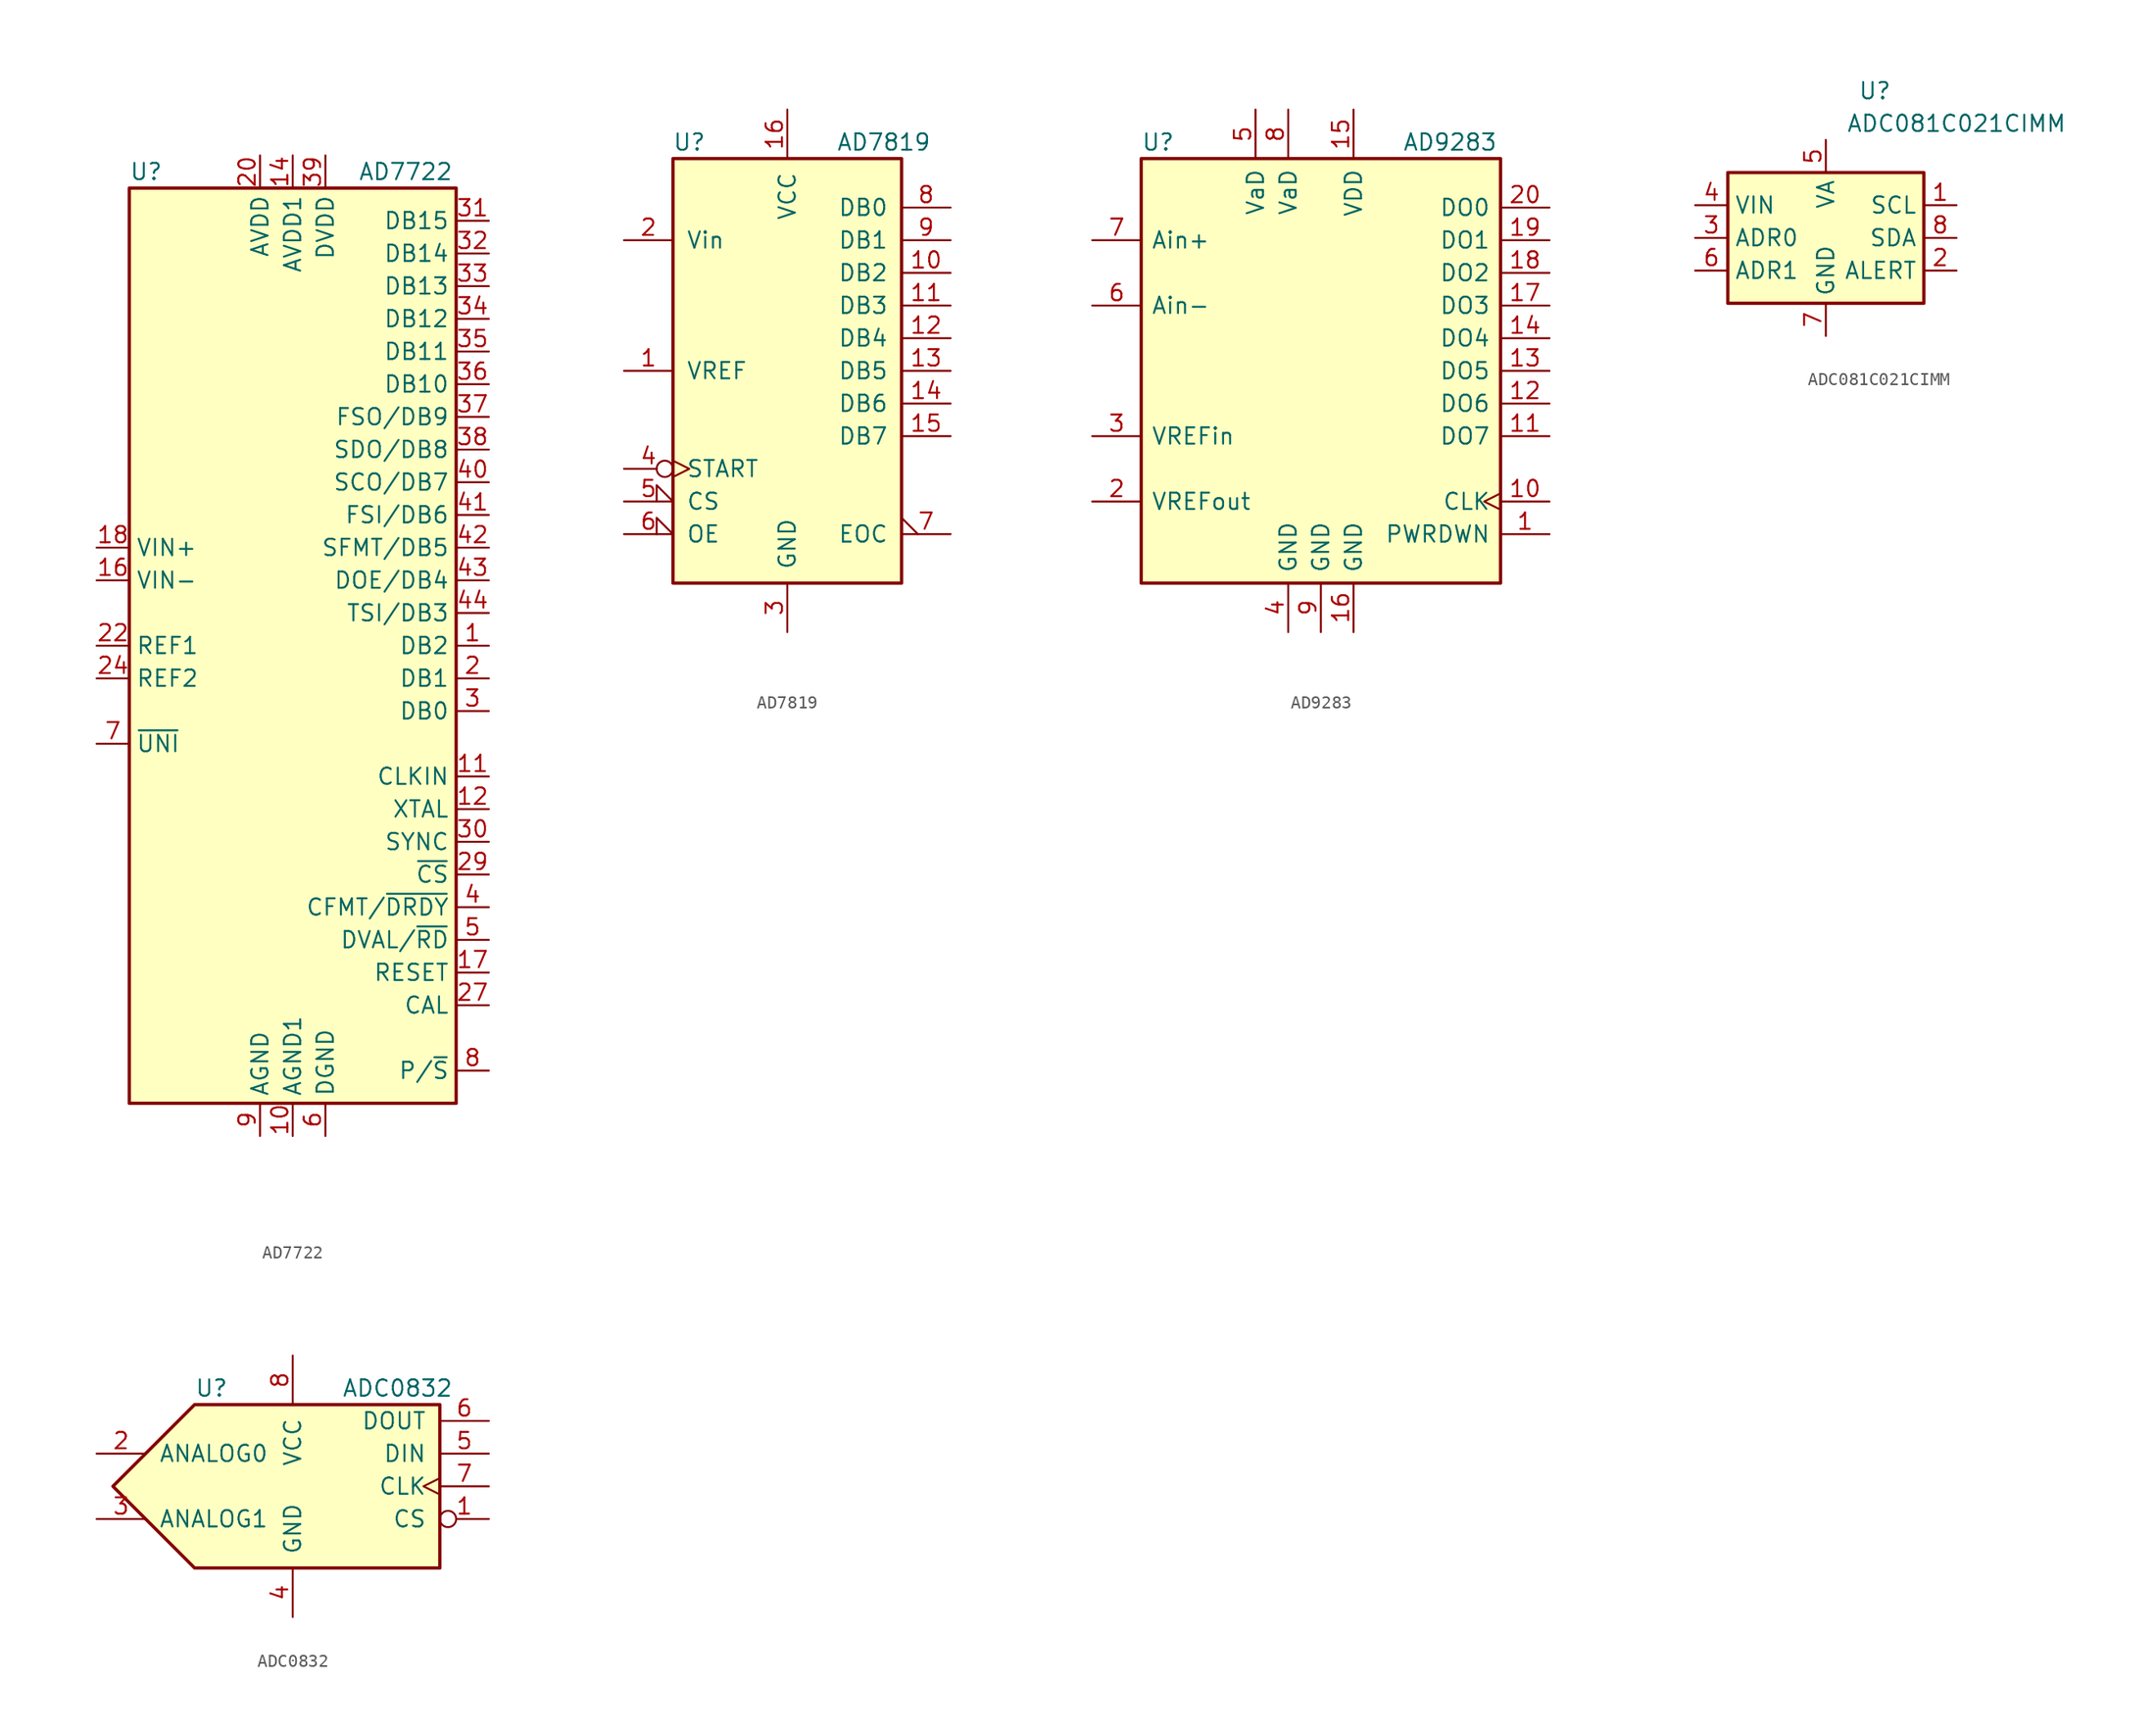
<source format=kicad_sym>
(kicad_symbol_lib
  (version 20201005)
  (generator kicad_symbol_editor)
  (symbol "AD7722"
    (property "Reference" "U"
      (at -12.7 36.83 0)
      (effects (font (size 1.27 1.27)) (justify left)))
    (property "Value" "AD7722"
      (at 5.08 36.83 0)
      (effects (font (size 1.27 1.27)) (justify left)))
    (symbol "AD7722_0_1"
      (rectangle (start -12.7 35.56) (end 12.7 -35.56) (stroke (width 0.254)) (fill (type background))))
    (symbol "AD7722_1_1"
      (pin input line (at 15.24 0 180) (length 2.54) (name "DB2" (effects (font (size 1.27 1.27)))) (number "1" (effects (font (size 1.27 1.27)))))
      (pin power_in line (at 0 -38.1 90) (length 2.54) (name "AGND1" (effects (font (size 1.27 1.27)))) (number "10" (effects (font (size 1.27 1.27)))))
      (pin input line (at 15.24 -10.16 180) (length 2.54) (name "CLKIN" (effects (font (size 1.27 1.27)))) (number "11" (effects (font (size 1.27 1.27)))))
      (pin output line (at 15.24 -12.7 180) (length 2.54) (name "XTAL" (effects (font (size 1.27 1.27)))) (number "12" (effects (font (size 1.27 1.27)))))
      (pin passive line (at -2.54 -38.1 90) (length 2.54) hide (name "AGND" (effects (font (size 1.27 1.27)))) (number "13" (effects (font (size 1.27 1.27)))))
      (pin power_in line (at 0 38.1 270) (length 2.54) (name "AVDD1" (effects (font (size 1.27 1.27)))) (number "14" (effects (font (size 1.27 1.27)))))
      (pin passive line (at -2.54 -38.1 90) (length 2.54) hide (name "AGND" (effects (font (size 1.27 1.27)))) (number "15" (effects (font (size 1.27 1.27)))))
      (pin input line (at -15.24 5.08 0) (length 2.54) (name "VIN-" (effects (font (size 1.27 1.27)))) (number "16" (effects (font (size 1.27 1.27)))))
      (pin input line (at 15.24 -25.4 180) (length 2.54) (name "RESET" (effects (font (size 1.27 1.27)))) (number "17" (effects (font (size 1.27 1.27)))))
      (pin input line (at -15.24 7.62 0) (length 2.54) (name "VIN+" (effects (font (size 1.27 1.27)))) (number "18" (effects (font (size 1.27 1.27)))))
      (pin passive line (at -2.54 -38.1 90) (length 2.54) hide (name "AGND" (effects (font (size 1.27 1.27)))) (number "19" (effects (font (size 1.27 1.27)))))
      (pin input line (at 15.24 -2.54 180) (length 2.54) (name "DB1" (effects (font (size 1.27 1.27)))) (number "2" (effects (font (size 1.27 1.27)))))
      (pin power_in line (at -2.54 38.1 270) (length 2.54) (name "AVDD" (effects (font (size 1.27 1.27)))) (number "20" (effects (font (size 1.27 1.27)))))
      (pin passive line (at -2.54 -38.1 90) (length 2.54) hide (name "AGND" (effects (font (size 1.27 1.27)))) (number "21" (effects (font (size 1.27 1.27)))))
      (pin power_out line (at -15.24 0 0) (length 2.54) (name "REF1" (effects (font (size 1.27 1.27)))) (number "22" (effects (font (size 1.27 1.27)))))
      (pin passive line (at -2.54 38.1 270) (length 2.54) hide (name "AVDD" (effects (font (size 1.27 1.27)))) (number "23" (effects (font (size 1.27 1.27)))))
      (pin power_out line (at -15.24 -2.54 0) (length 2.54) (name "REF2" (effects (font (size 1.27 1.27)))) (number "24" (effects (font (size 1.27 1.27)))))
      (pin passive line (at -2.54 -38.1 90) (length 2.54) hide (name "AGND" (effects (font (size 1.27 1.27)))) (number "25" (effects (font (size 1.27 1.27)))))
      (pin passive line (at -2.54 -38.1 90) (length 2.54) hide (name "AGND" (effects (font (size 1.27 1.27)))) (number "26" (effects (font (size 1.27 1.27)))))
      (pin input line (at 15.24 -27.94 180) (length 2.54) (name "CAL" (effects (font (size 1.27 1.27)))) (number "27" (effects (font (size 1.27 1.27)))))
      (pin passive line (at 2.54 -38.1 90) (length 2.54) hide (name "DGND" (effects (font (size 1.27 1.27)))) (number "28" (effects (font (size 1.27 1.27)))))
      (pin input line (at 15.24 -17.78 180) (length 2.54) (name "~CS" (effects (font (size 1.27 1.27)))) (number "29" (effects (font (size 1.27 1.27)))))
      (pin input line (at 15.24 -5.08 180) (length 2.54) (name "DB0" (effects (font (size 1.27 1.27)))) (number "3" (effects (font (size 1.27 1.27)))))
      (pin input line (at 15.24 -15.24 180) (length 2.54) (name "SYNC" (effects (font (size 1.27 1.27)))) (number "30" (effects (font (size 1.27 1.27)))))
      (pin output line (at 15.24 33.02 180) (length 2.54) (name "DB15" (effects (font (size 1.27 1.27)))) (number "31" (effects (font (size 1.27 1.27)))))
      (pin output line (at 15.24 30.48 180) (length 2.54) (name "DB14" (effects (font (size 1.27 1.27)))) (number "32" (effects (font (size 1.27 1.27)))))
      (pin output line (at 15.24 27.94 180) (length 2.54) (name "DB13" (effects (font (size 1.27 1.27)))) (number "33" (effects (font (size 1.27 1.27)))))
      (pin output line (at 15.24 25.4 180) (length 2.54) (name "DB12" (effects (font (size 1.27 1.27)))) (number "34" (effects (font (size 1.27 1.27)))))
      (pin output line (at 15.24 22.86 180) (length 2.54) (name "DB11" (effects (font (size 1.27 1.27)))) (number "35" (effects (font (size 1.27 1.27)))))
      (pin output line (at 15.24 20.32 180) (length 2.54) (name "DB10" (effects (font (size 1.27 1.27)))) (number "36" (effects (font (size 1.27 1.27)))))
      (pin output line (at 15.24 17.78 180) (length 2.54) (name "FSO/DB9" (effects (font (size 1.27 1.27)))) (number "37" (effects (font (size 1.27 1.27)))))
      (pin output line (at 15.24 15.24 180) (length 2.54) (name "SDO/DB8" (effects (font (size 1.27 1.27)))) (number "38" (effects (font (size 1.27 1.27)))))
      (pin power_in line (at 2.54 38.1 270) (length 2.54) (name "DVDD" (effects (font (size 1.27 1.27)))) (number "39" (effects (font (size 1.27 1.27)))))
      (pin input line (at 15.24 -20.32 180) (length 2.54) (name "CFMT/~DRDY" (effects (font (size 1.27 1.27)))) (number "4" (effects (font (size 1.27 1.27)))))
      (pin input line (at 15.24 12.7 180) (length 2.54) (name "SCO/DB7" (effects (font (size 1.27 1.27)))) (number "40" (effects (font (size 1.27 1.27)))))
      (pin input line (at 15.24 10.16 180) (length 2.54) (name "FSI/DB6" (effects (font (size 1.27 1.27)))) (number "41" (effects (font (size 1.27 1.27)))))
      (pin input line (at 15.24 7.62 180) (length 2.54) (name "SFMT/DB5" (effects (font (size 1.27 1.27)))) (number "42" (effects (font (size 1.27 1.27)))))
      (pin input line (at 15.24 5.08 180) (length 2.54) (name "DOE/DB4" (effects (font (size 1.27 1.27)))) (number "43" (effects (font (size 1.27 1.27)))))
      (pin input line (at 15.24 2.54 180) (length 2.54) (name "TSI/DB3" (effects (font (size 1.27 1.27)))) (number "44" (effects (font (size 1.27 1.27)))))
      (pin input line (at 15.24 -22.86 180) (length 2.54) (name "DVAL/~RD" (effects (font (size 1.27 1.27)))) (number "5" (effects (font (size 1.27 1.27)))))
      (pin power_in line (at 2.54 -38.1 90) (length 2.54) (name "DGND" (effects (font (size 1.27 1.27)))) (number "6" (effects (font (size 1.27 1.27)))))
      (pin input line (at -15.24 -7.62 0) (length 2.54) (name "~UNI" (effects (font (size 1.27 1.27)))) (number "7" (effects (font (size 1.27 1.27)))))
      (pin input line (at 15.24 -33.02 180) (length 2.54) (name "P/~S" (effects (font (size 1.27 1.27)))) (number "8" (effects (font (size 1.27 1.27)))))
      (pin power_in line (at -2.54 -38.1 90) (length 2.54) (name "AGND" (effects (font (size 1.27 1.27)))) (number "9" (effects (font (size 1.27 1.27)))))))
  (symbol "AD7819"
    (pin_names
      (offset 1.016))
    (property "Reference" "U"
      (at -7.62 17.78 0)
      (effects (font (size 1.27 1.27))))
    (property "Value" "AD7819"
      (at 3.81 17.78 0)
      (effects (font (size 1.27 1.27)) (justify left)))
    (symbol "AD7819_0_1"
      (rectangle (start -8.89 -16.51) (end 8.89 16.51) (stroke (width 0.254)) (fill (type background))))
    (symbol "AD7819_1_1"
      (pin input line (at -12.7 0 0) (length 3.81) (name "VREF" (effects (font (size 1.27 1.27)))) (number "1" (effects (font (size 1.27 1.27)))))
      (pin tri_state line (at 12.7 7.62 180) (length 3.81) (name "DB2" (effects (font (size 1.27 1.27)))) (number "10" (effects (font (size 1.27 1.27)))))
      (pin tri_state line (at 12.7 5.08 180) (length 3.81) (name "DB3" (effects (font (size 1.27 1.27)))) (number "11" (effects (font (size 1.27 1.27)))))
      (pin tri_state line (at 12.7 2.54 180) (length 3.81) (name "DB4" (effects (font (size 1.27 1.27)))) (number "12" (effects (font (size 1.27 1.27)))))
      (pin tri_state line (at 12.7 0 180) (length 3.81) (name "DB5" (effects (font (size 1.27 1.27)))) (number "13" (effects (font (size 1.27 1.27)))))
      (pin tri_state line (at 12.7 -2.54 180) (length 3.81) (name "DB6" (effects (font (size 1.27 1.27)))) (number "14" (effects (font (size 1.27 1.27)))))
      (pin tri_state line (at 12.7 -5.08 180) (length 3.81) (name "DB7" (effects (font (size 1.27 1.27)))) (number "15" (effects (font (size 1.27 1.27)))))
      (pin power_in line (at 0 20.32 270) (length 3.81) (name "VCC" (effects (font (size 1.27 1.27)))) (number "16" (effects (font (size 1.27 1.27)))))
      (pin input line (at -12.7 10.16 0) (length 3.81) (name "Vin" (effects (font (size 1.27 1.27)))) (number "2" (effects (font (size 1.27 1.27)))))
      (pin power_in line (at 0 -20.32 90) (length 3.81) (name "GND" (effects (font (size 1.27 1.27)))) (number "3" (effects (font (size 1.27 1.27)))))
      (pin input inverted_clock (at -12.7 -7.62 0) (length 3.81) (name "START" (effects (font (size 1.27 1.27)))) (number "4" (effects (font (size 1.27 1.27)))))
      (pin input input_low (at -12.7 -10.16 0) (length 3.81) (name "CS" (effects (font (size 1.27 1.27)))) (number "5" (effects (font (size 1.27 1.27)))))
      (pin input input_low (at -12.7 -12.7 0) (length 3.81) (name "OE" (effects (font (size 1.27 1.27)))) (number "6" (effects (font (size 1.27 1.27)))))
      (pin output output_low (at 12.7 -12.7 180) (length 3.81) (name "EOC" (effects (font (size 1.27 1.27)))) (number "7" (effects (font (size 1.27 1.27)))))
      (pin tri_state line (at 12.7 12.7 180) (length 3.81) (name "DB0" (effects (font (size 1.27 1.27)))) (number "8" (effects (font (size 1.27 1.27)))))
      (pin tri_state line (at 12.7 10.16 180) (length 3.81) (name "DB1" (effects (font (size 1.27 1.27)))) (number "9" (effects (font (size 1.27 1.27)))))))
  (symbol "AD9283"
    (pin_names
      (offset 0.762))
    (property "Reference" "U"
      (at -13.97 17.78 0)
      (effects (font (size 1.27 1.27)) (justify left)))
    (property "Value" "AD9283"
      (at 6.35 17.78 0)
      (effects (font (size 1.27 1.27)) (justify left)))
    (symbol "AD9283_0_1"
      (rectangle (start -13.97 16.51) (end 13.97 -16.51) (stroke (width 0.254)) (fill (type background))))
    (symbol "AD9283_1_1"
      (pin input line (at 17.78 -12.7 180) (length 3.81) (name "PWRDWN" (effects (font (size 1.27 1.27)))) (number "1" (effects (font (size 1.27 1.27)))))
      (pin input clock (at 17.78 -10.16 180) (length 3.81) (name "CLK" (effects (font (size 1.27 1.27)))) (number "10" (effects (font (size 1.27 1.27)))))
      (pin output line (at 17.78 -5.08 180) (length 3.81) (name "DO7" (effects (font (size 1.27 1.27)))) (number "11" (effects (font (size 1.27 1.27)))))
      (pin output line (at 17.78 -2.54 180) (length 3.81) (name "DO6" (effects (font (size 1.27 1.27)))) (number "12" (effects (font (size 1.27 1.27)))))
      (pin output line (at 17.78 0 180) (length 3.81) (name "DO5" (effects (font (size 1.27 1.27)))) (number "13" (effects (font (size 1.27 1.27)))))
      (pin output line (at 17.78 2.54 180) (length 3.81) (name "DO4" (effects (font (size 1.27 1.27)))) (number "14" (effects (font (size 1.27 1.27)))))
      (pin power_in line (at 2.54 20.32 270) (length 3.81) (name "VDD" (effects (font (size 1.27 1.27)))) (number "15" (effects (font (size 1.27 1.27)))))
      (pin power_in line (at 2.54 -20.32 90) (length 3.81) (name "GND" (effects (font (size 1.27 1.27)))) (number "16" (effects (font (size 1.27 1.27)))))
      (pin output line (at 17.78 5.08 180) (length 3.81) (name "DO3" (effects (font (size 1.27 1.27)))) (number "17" (effects (font (size 1.27 1.27)))))
      (pin output line (at 17.78 7.62 180) (length 3.81) (name "DO2" (effects (font (size 1.27 1.27)))) (number "18" (effects (font (size 1.27 1.27)))))
      (pin output line (at 17.78 10.16 180) (length 3.81) (name "DO1" (effects (font (size 1.27 1.27)))) (number "19" (effects (font (size 1.27 1.27)))))
      (pin input line (at -17.78 -10.16 0) (length 3.81) (name "VREFout" (effects (font (size 1.27 1.27)))) (number "2" (effects (font (size 1.27 1.27)))))
      (pin output line (at 17.78 12.7 180) (length 3.81) (name "DO0" (effects (font (size 1.27 1.27)))) (number "20" (effects (font (size 1.27 1.27)))))
      (pin input line (at -17.78 -5.08 0) (length 3.81) (name "VREFin" (effects (font (size 1.27 1.27)))) (number "3" (effects (font (size 1.27 1.27)))))
      (pin power_in line (at -2.54 -20.32 90) (length 3.81) (name "GND" (effects (font (size 1.27 1.27)))) (number "4" (effects (font (size 1.27 1.27)))))
      (pin power_in line (at -5.08 20.32 270) (length 3.81) (name "VaD" (effects (font (size 1.27 1.27)))) (number "5" (effects (font (size 1.27 1.27)))))
      (pin input line (at -17.78 5.08 0) (length 3.81) (name "Ain-" (effects (font (size 1.27 1.27)))) (number "6" (effects (font (size 1.27 1.27)))))
      (pin input line (at -17.78 10.16 0) (length 3.81) (name "Ain+" (effects (font (size 1.27 1.27)))) (number "7" (effects (font (size 1.27 1.27)))))
      (pin power_in line (at -2.54 20.32 270) (length 3.81) (name "VaD" (effects (font (size 1.27 1.27)))) (number "8" (effects (font (size 1.27 1.27)))))
      (pin power_in line (at 0 -20.32 90) (length 3.81) (name "GND" (effects (font (size 1.27 1.27)))) (number "9" (effects (font (size 1.27 1.27)))))))
  (symbol "ADC081C021CIMM"
    (property "Reference" "U"
      (at 3.81 11.43 0)
      (effects (font (size 1.27 1.27))))
    (property "Value" "ADC081C021CIMM"
      (at 10.16 8.89 0)
      (effects (font (size 1.27 1.27))))
    (symbol "ADC081C021CIMM_0_1"
      (rectangle (start -7.62 5.08) (end 7.62 -5.08) (stroke (width 0.254)) (fill (type background))))
    (symbol "ADC081C021CIMM_1_1"
      (pin input line (at 10.16 2.54 180) (length 2.54) (name "SCL" (effects (font (size 1.27 1.27)))) (number "1" (effects (font (size 1.27 1.27)))))
      (pin open_collector line (at 10.16 -2.54 180) (length 2.54) (name "ALERT" (effects (font (size 1.27 1.27)))) (number "2" (effects (font (size 1.27 1.27)))))
      (pin input line (at -10.16 0 0) (length 2.54) (name "ADR0" (effects (font (size 1.27 1.27)))) (number "3" (effects (font (size 1.27 1.27)))))
      (pin input line (at -10.16 2.54 0) (length 2.54) (name "VIN" (effects (font (size 1.27 1.27)))) (number "4" (effects (font (size 1.27 1.27)))))
      (pin power_in line (at 0 7.62 270) (length 2.54) (name "VA" (effects (font (size 1.27 1.27)))) (number "5" (effects (font (size 1.27 1.27)))))
      (pin input line (at -10.16 -2.54 0) (length 2.54) (name "ADR1" (effects (font (size 1.27 1.27)))) (number "6" (effects (font (size 1.27 1.27)))))
      (pin power_in line (at 0 -7.62 90) (length 2.54) (name "GND" (effects (font (size 1.27 1.27)))) (number "7" (effects (font (size 1.27 1.27)))))
      (pin bidirectional line (at 10.16 0 180) (length 2.54) (name "SDA" (effects (font (size 1.27 1.27)))) (number "8" (effects (font (size 1.27 1.27)))))))
  (symbol "ADC0832"
    (pin_names
      (offset 1.016))
    (property "Reference" "U"
      (at -7.62 7.62 0)
      (effects (font (size 1.27 1.27)) (justify left)))
    (property "Value" "ADC0832"
      (at 3.81 7.62 0)
      (effects (font (size 1.27 1.27)) (justify left)))
    (symbol "ADC0832_0_1"
      (polyline (pts (xy -13.97 0) (xy -7.62 6.35) (xy 11.43 6.35) (xy 11.43 -6.35) (xy -7.62 -6.35) (xy -13.97 0)) (stroke (width 0.254)) (fill (type background))))
    (symbol "ADC0832_1_1"
      (pin input inverted (at 15.24 -2.54 180) (length 3.81) (name "CS" (effects (font (size 1.27 1.27)))) (number "1" (effects (font (size 1.27 1.27)))))
      (pin input line (at -15.24 2.54 0) (length 3.81) (name "ANALOG0" (effects (font (size 1.27 1.27)))) (number "2" (effects (font (size 1.27 1.27)))))
      (pin input line (at -15.24 -2.54 0) (length 3.81) (name "ANALOG1" (effects (font (size 1.27 1.27)))) (number "3" (effects (font (size 1.27 1.27)))))
      (pin input line (at 0 -10.16 90) (length 3.81) (name "GND" (effects (font (size 1.27 1.27)))) (number "4" (effects (font (size 1.27 1.27)))))
      (pin input line (at 15.24 2.54 180) (length 3.81) (name "DIN" (effects (font (size 1.27 1.27)))) (number "5" (effects (font (size 1.27 1.27)))))
      (pin output line (at 15.24 5.08 180) (length 3.81) (name "DOUT" (effects (font (size 1.27 1.27)))) (number "6" (effects (font (size 1.27 1.27)))))
      (pin input clock (at 15.24 0 180) (length 3.81) (name "CLK" (effects (font (size 1.27 1.27)))) (number "7" (effects (font (size 1.27 1.27)))))
      (pin input line (at 0 10.16 270) (length 3.81) (name "VCC" (effects (font (size 1.27 1.27)))) (number "8" (effects (font (size 1.27 1.27))))))))
</source>
